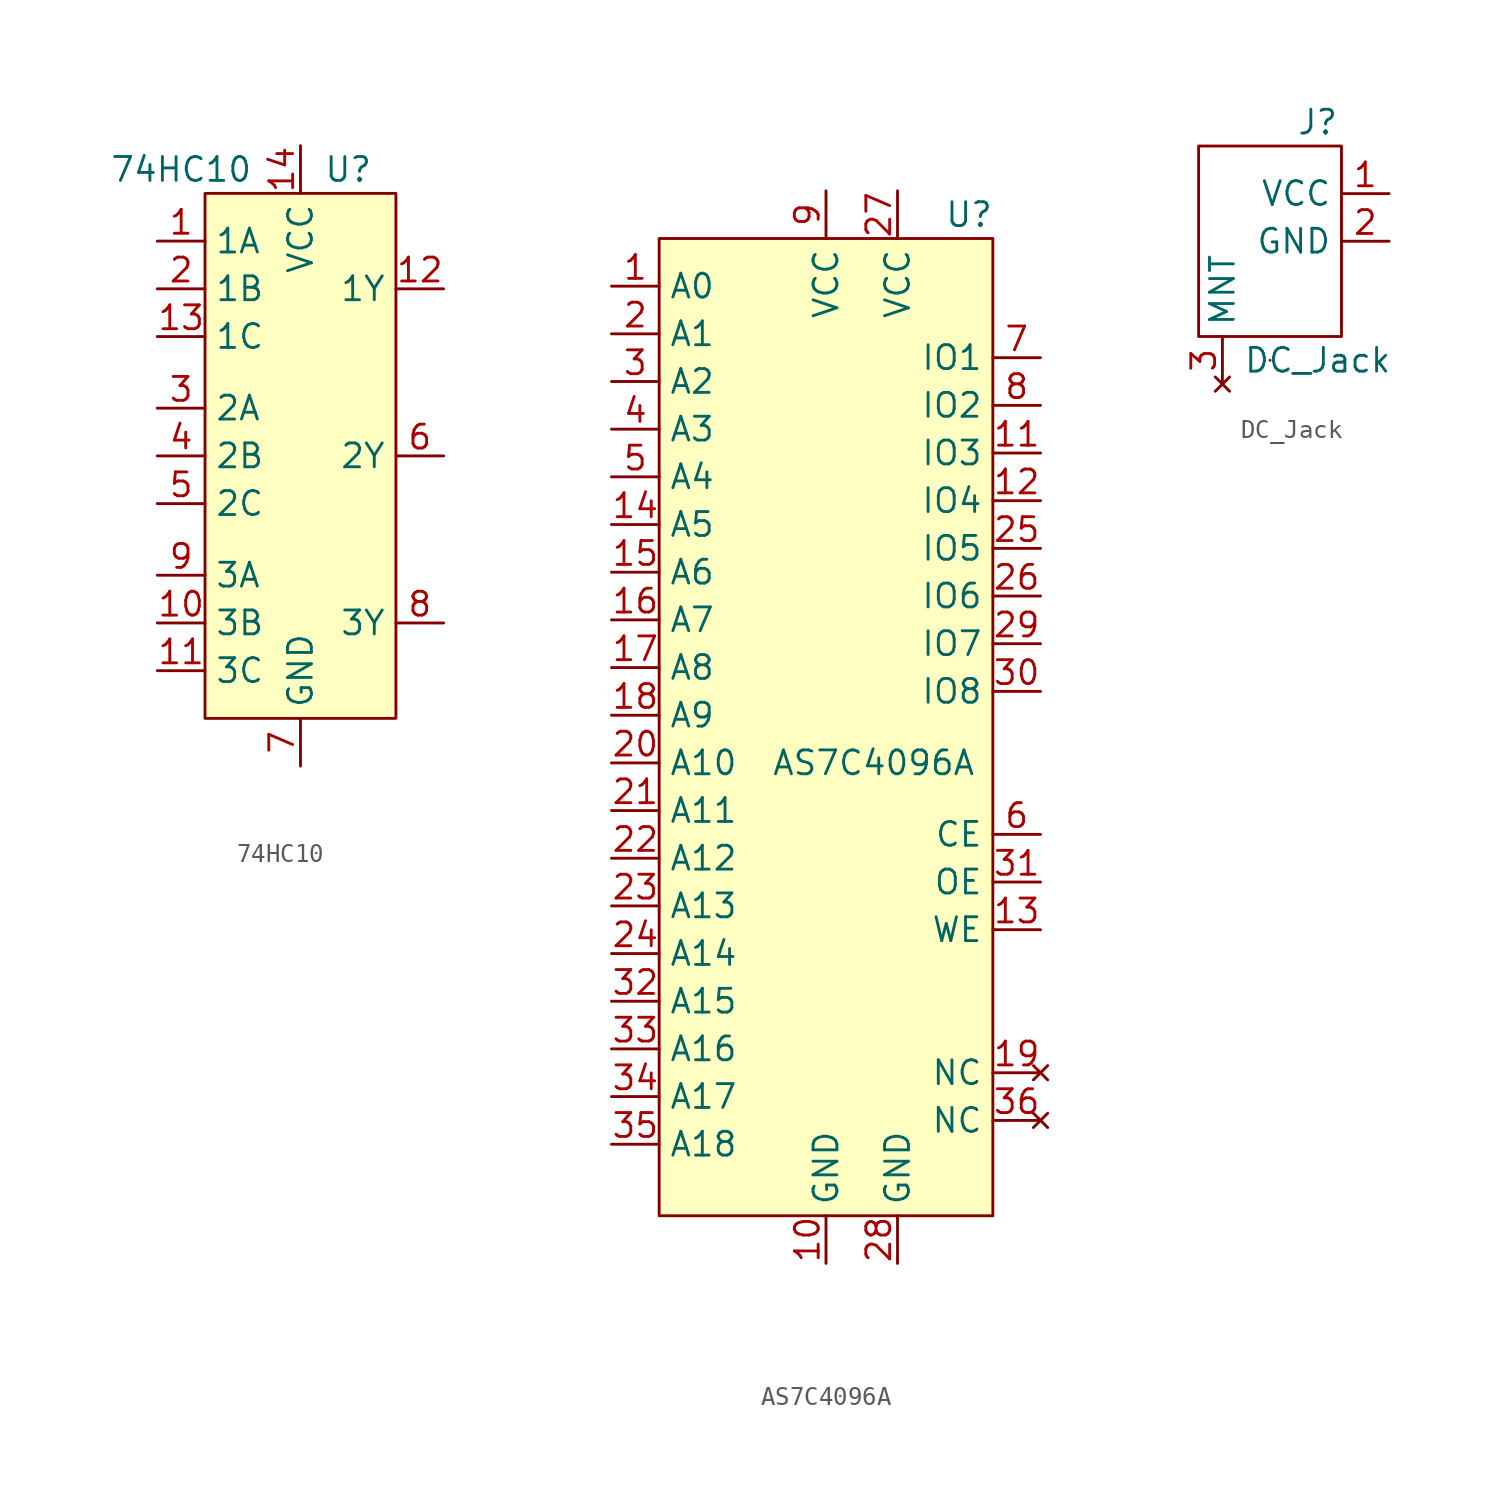
<source format=kicad_sym>
(kicad_symbol_lib
  (version 20231120)
  (generator "kicad_symbol_editor")
  (generator_version "8.0")
  (symbol "74HC10"
    (property "Reference" "U"
      (at -2.54 12.7 0)
      (effects (font (size 1.27 1.27))))
    (property "Value" "74HC10"
      (at -11.43 12.7 0)
      (effects (font (size 1.27 1.27))))
    (symbol "74HC10_0_1"
      (rectangle (start -10.16 11.43) (end 0 -16.51) (stroke (width 0) (type default)) (fill (type background))))
    (symbol "74HC10_1_1"
      (pin input line (at -12.7 8.89 0) (length 2.54) (name "1A" (effects (font (size 1.27 1.27)))) (number "1" (effects (font (size 1.27 1.27)))))
      (pin input line (at -12.7 -11.43 0) (length 2.54) (name "3B" (effects (font (size 1.27 1.27)))) (number "10" (effects (font (size 1.27 1.27)))))
      (pin input line (at -12.7 -13.97 0) (length 2.54) (name "3C" (effects (font (size 1.27 1.27)))) (number "11" (effects (font (size 1.27 1.27)))))
      (pin output line (at 2.54 6.35 180) (length 2.54) (name "1Y" (effects (font (size 1.27 1.27)))) (number "12" (effects (font (size 1.27 1.27)))))
      (pin input line (at -12.7 3.81 0) (length 2.54) (name "1C" (effects (font (size 1.27 1.27)))) (number "13" (effects (font (size 1.27 1.27)))))
      (pin power_in line (at -5.08 13.97 270) (length 2.54) (name "VCC" (effects (font (size 1.27 1.27)))) (number "14" (effects (font (size 1.27 1.27)))))
      (pin input line (at -12.7 6.35 0) (length 2.54) (name "1B" (effects (font (size 1.27 1.27)))) (number "2" (effects (font (size 1.27 1.27)))))
      (pin input line (at -12.7 0 0) (length 2.54) (name "2A" (effects (font (size 1.27 1.27)))) (number "3" (effects (font (size 1.27 1.27)))))
      (pin input line (at -12.7 -2.54 0) (length 2.54) (name "2B" (effects (font (size 1.27 1.27)))) (number "4" (effects (font (size 1.27 1.27)))))
      (pin input line (at -12.7 -5.08 0) (length 2.54) (name "2C" (effects (font (size 1.27 1.27)))) (number "5" (effects (font (size 1.27 1.27)))))
      (pin output line (at 2.54 -2.54 180) (length 2.54) (name "2Y" (effects (font (size 1.27 1.27)))) (number "6" (effects (font (size 1.27 1.27)))))
      (pin power_in line (at -5.08 -19.05 90) (length 2.54) (name "GND" (effects (font (size 1.27 1.27)))) (number "7" (effects (font (size 1.27 1.27)))))
      (pin output line (at 2.54 -11.43 180) (length 2.54) (name "3Y" (effects (font (size 1.27 1.27)))) (number "8" (effects (font (size 1.27 1.27)))))
      (pin input line (at -12.7 -8.89 0) (length 2.54) (name "3A" (effects (font (size 1.27 1.27)))) (number "9" (effects (font (size 1.27 1.27)))))))
  (symbol "AS7C4096A"
    (property "Reference" "U"
      (at 6.35 31.75 0)
      (effects (font (size 1.27 1.27))))
    (property "Value" "AS7C4096A"
      (at 1.27 2.54 0)
      (effects (font (size 1.27 1.27))))
    (symbol "AS7C4096A_0_1"
      (rectangle (start -10.16 30.48) (end 7.62 -21.59) (stroke (width 0) (type default)) (fill (type background))))
    (symbol "AS7C4096A_1_1"
      (pin input line (at -12.7 27.94 0) (length 2.54) (name "A0" (effects (font (size 1.27 1.27)))) (number "1" (effects (font (size 1.27 1.27)))))
      (pin power_in line (at -1.27 -24.13 90) (length 2.54) (name "GND" (effects (font (size 1.27 1.27)))) (number "10" (effects (font (size 1.27 1.27)))))
      (pin bidirectional line (at 10.16 19.05 180) (length 2.54) (name "IO3" (effects (font (size 1.27 1.27)))) (number "11" (effects (font (size 1.27 1.27)))))
      (pin bidirectional line (at 10.16 16.51 180) (length 2.54) (name "IO4" (effects (font (size 1.27 1.27)))) (number "12" (effects (font (size 1.27 1.27)))))
      (pin input line (at 10.16 -6.35 180) (length 2.54) (name "WE" (effects (font (size 1.27 1.27)))) (number "13" (effects (font (size 1.27 1.27)))))
      (pin input line (at -12.7 15.24 0) (length 2.54) (name "A5" (effects (font (size 1.27 1.27)))) (number "14" (effects (font (size 1.27 1.27)))))
      (pin input line (at -12.7 12.7 0) (length 2.54) (name "A6" (effects (font (size 1.27 1.27)))) (number "15" (effects (font (size 1.27 1.27)))))
      (pin input line (at -12.7 10.16 0) (length 2.54) (name "A7" (effects (font (size 1.27 1.27)))) (number "16" (effects (font (size 1.27 1.27)))))
      (pin input line (at -12.7 7.62 0) (length 2.54) (name "A8" (effects (font (size 1.27 1.27)))) (number "17" (effects (font (size 1.27 1.27)))))
      (pin input line (at -12.7 5.08 0) (length 2.54) (name "A9" (effects (font (size 1.27 1.27)))) (number "18" (effects (font (size 1.27 1.27)))))
      (pin no_connect line (at 10.16 -13.97 180) (length 2.54) (name "NC" (effects (font (size 1.27 1.27)))) (number "19" (effects (font (size 1.27 1.27)))))
      (pin input line (at -12.7 25.4 0) (length 2.54) (name "A1" (effects (font (size 1.27 1.27)))) (number "2" (effects (font (size 1.27 1.27)))))
      (pin input line (at -12.7 2.54 0) (length 2.54) (name "A10" (effects (font (size 1.27 1.27)))) (number "20" (effects (font (size 1.27 1.27)))))
      (pin input line (at -12.7 0 0) (length 2.54) (name "A11" (effects (font (size 1.27 1.27)))) (number "21" (effects (font (size 1.27 1.27)))))
      (pin input line (at -12.7 -2.54 0) (length 2.54) (name "A12" (effects (font (size 1.27 1.27)))) (number "22" (effects (font (size 1.27 1.27)))))
      (pin input line (at -12.7 -5.08 0) (length 2.54) (name "A13" (effects (font (size 1.27 1.27)))) (number "23" (effects (font (size 1.27 1.27)))))
      (pin input line (at -12.7 -7.62 0) (length 2.54) (name "A14" (effects (font (size 1.27 1.27)))) (number "24" (effects (font (size 1.27 1.27)))))
      (pin bidirectional line (at 10.16 13.97 180) (length 2.54) (name "IO5" (effects (font (size 1.27 1.27)))) (number "25" (effects (font (size 1.27 1.27)))))
      (pin bidirectional line (at 10.16 11.43 180) (length 2.54) (name "IO6" (effects (font (size 1.27 1.27)))) (number "26" (effects (font (size 1.27 1.27)))))
      (pin power_in line (at 2.54 33.02 270) (length 2.54) (name "VCC" (effects (font (size 1.27 1.27)))) (number "27" (effects (font (size 1.27 1.27)))))
      (pin power_in line (at 2.54 -24.13 90) (length 2.54) (name "GND" (effects (font (size 1.27 1.27)))) (number "28" (effects (font (size 1.27 1.27)))))
      (pin bidirectional line (at 10.16 8.89 180) (length 2.54) (name "IO7" (effects (font (size 1.27 1.27)))) (number "29" (effects (font (size 1.27 1.27)))))
      (pin input line (at -12.7 22.86 0) (length 2.54) (name "A2" (effects (font (size 1.27 1.27)))) (number "3" (effects (font (size 1.27 1.27)))))
      (pin bidirectional line (at 10.16 6.35 180) (length 2.54) (name "IO8" (effects (font (size 1.27 1.27)))) (number "30" (effects (font (size 1.27 1.27)))))
      (pin input line (at 10.16 -3.81 180) (length 2.54) (name "OE" (effects (font (size 1.27 1.27)))) (number "31" (effects (font (size 1.27 1.27)))))
      (pin input line (at -12.7 -10.16 0) (length 2.54) (name "A15" (effects (font (size 1.27 1.27)))) (number "32" (effects (font (size 1.27 1.27)))))
      (pin input line (at -12.7 -12.7 0) (length 2.54) (name "A16" (effects (font (size 1.27 1.27)))) (number "33" (effects (font (size 1.27 1.27)))))
      (pin input line (at -12.7 -15.24 0) (length 2.54) (name "A17" (effects (font (size 1.27 1.27)))) (number "34" (effects (font (size 1.27 1.27)))))
      (pin input line (at -12.7 -17.78 0) (length 2.54) (name "A18" (effects (font (size 1.27 1.27)))) (number "35" (effects (font (size 1.27 1.27)))))
      (pin no_connect line (at 10.16 -16.51 180) (length 2.54) (name "NC" (effects (font (size 1.27 1.27)))) (number "36" (effects (font (size 1.27 1.27)))))
      (pin input line (at -12.7 20.32 0) (length 2.54) (name "A3" (effects (font (size 1.27 1.27)))) (number "4" (effects (font (size 1.27 1.27)))))
      (pin input line (at -12.7 17.78 0) (length 2.54) (name "A4" (effects (font (size 1.27 1.27)))) (number "5" (effects (font (size 1.27 1.27)))))
      (pin input line (at 10.16 -1.27 180) (length 2.54) (name "CE" (effects (font (size 1.27 1.27)))) (number "6" (effects (font (size 1.27 1.27)))))
      (pin bidirectional line (at 10.16 24.13 180) (length 2.54) (name "IO1" (effects (font (size 1.27 1.27)))) (number "7" (effects (font (size 1.27 1.27)))))
      (pin bidirectional line (at 10.16 21.59 180) (length 2.54) (name "IO2" (effects (font (size 1.27 1.27)))) (number "8" (effects (font (size 1.27 1.27)))))
      (pin power_in line (at -1.27 33.02 270) (length 2.54) (name "VCC" (effects (font (size 1.27 1.27)))) (number "9" (effects (font (size 1.27 1.27)))))))
  (symbol "DC_Jack"
    (property "Reference" "J"
      (at -1.27 6.35 0)
      (effects (font (size 1.27 1.27))))
    (property "Value" "DC_Jack"
      (at -1.27 -6.35 0)
      (effects (font (size 1.27 1.27))))
    (symbol "DC_Jack_0_1"
      (rectangle (start -3.81 -6.35) (end -3.81 -6.35) (stroke (width 0) (type default)) (fill (type none)))
      (rectangle (start 0 5.08) (end -7.62 -5.08) (stroke (width 0) (type default)) (fill (type none))))
    (symbol "DC_Jack_1_1"
      (pin power_in line (at 2.54 2.54 180) (length 2.54) (name "VCC" (effects (font (size 1.27 1.27)))) (number "1" (effects (font (size 1.27 1.27)))))
      (pin power_in line (at 2.54 0 180) (length 2.54) (name "GND" (effects (font (size 1.27 1.27)))) (number "2" (effects (font (size 1.27 1.27)))))
      (pin no_connect line (at -6.35 -7.62 90) (length 2.54) (name "MNT" (effects (font (size 1.27 1.27)))) (number "3" (effects (font (size 1.27 1.27))))))))
</source>
